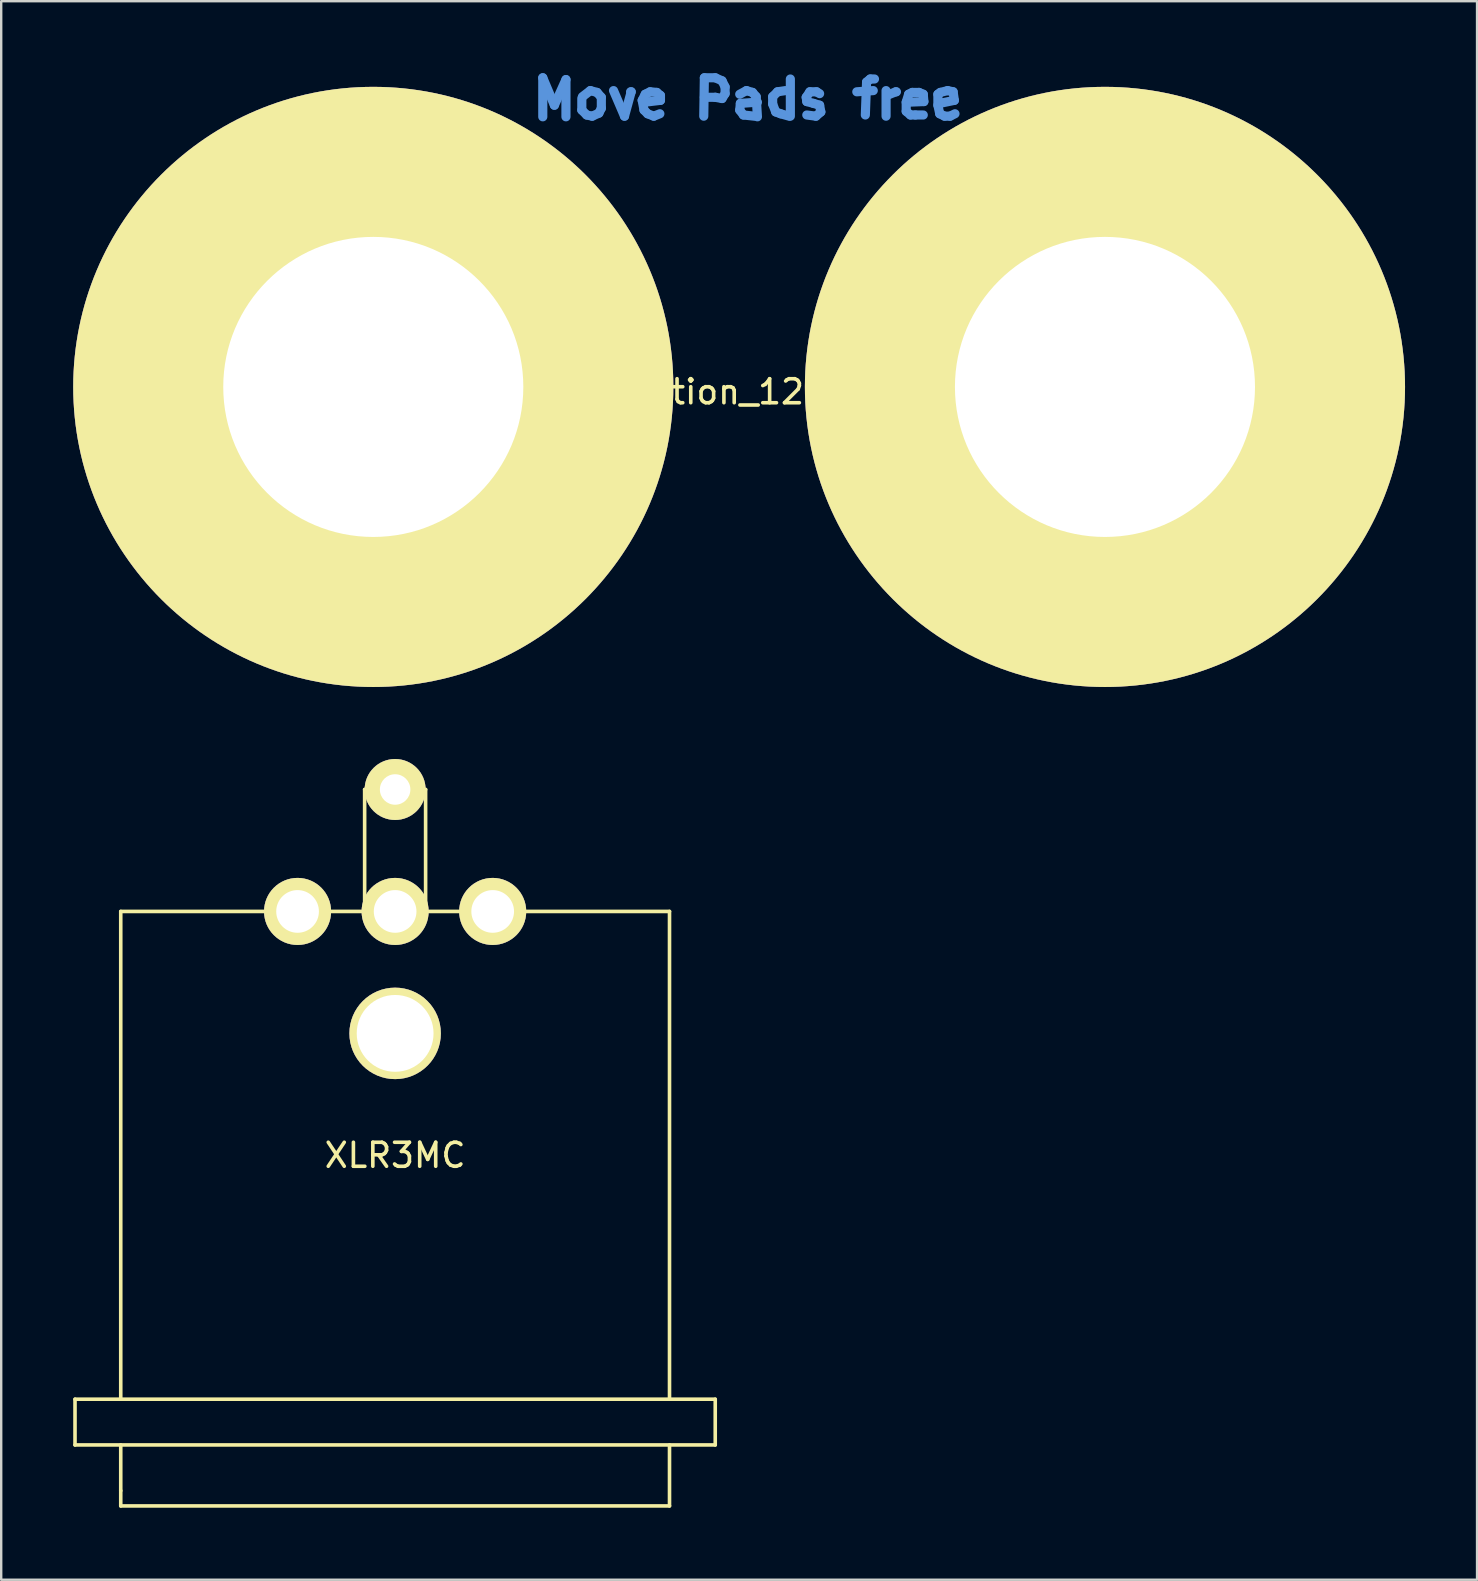
<source format=kicad_pcb>
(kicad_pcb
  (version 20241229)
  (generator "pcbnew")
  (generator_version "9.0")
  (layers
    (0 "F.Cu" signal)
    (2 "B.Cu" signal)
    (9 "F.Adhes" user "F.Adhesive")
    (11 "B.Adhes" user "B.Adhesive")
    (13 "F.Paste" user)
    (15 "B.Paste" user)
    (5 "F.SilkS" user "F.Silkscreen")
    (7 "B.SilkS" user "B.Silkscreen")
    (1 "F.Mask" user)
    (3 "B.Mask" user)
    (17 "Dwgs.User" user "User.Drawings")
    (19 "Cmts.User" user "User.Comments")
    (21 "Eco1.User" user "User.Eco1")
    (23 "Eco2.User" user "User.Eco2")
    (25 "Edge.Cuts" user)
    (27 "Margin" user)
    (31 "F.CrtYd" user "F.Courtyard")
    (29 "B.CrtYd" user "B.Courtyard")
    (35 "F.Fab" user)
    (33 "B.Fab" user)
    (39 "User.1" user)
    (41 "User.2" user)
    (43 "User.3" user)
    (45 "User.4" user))
  (footprint "XLR3MC"
    (layer "F.Cu")
    (at 13.41 34.918)
    (property "Reference" "XLR3MC" (at 0 10.16 0) (layer "F.SilkS") (effects (font (size 1 1) (thickness 0.15))))
    (attr through_hole)
    (fp_line (start -13.335 20.32) (end -13.335 22.225) (stroke (width 0.15) (type solid)) (layer "F.SilkS"))
    (fp_line (start -13.335 22.225) (end 13.335 22.225) (stroke (width 0.15) (type solid)) (layer "F.SilkS"))
    (fp_line (start -11.43 0) (end -11.43 20.32) (stroke (width 0.15) (type solid)) (layer "F.SilkS"))
    (fp_line (start -11.43 0) (end 11.43 0) (stroke (width 0.15) (type solid)) (layer "F.SilkS"))
    (fp_line (start -11.43 22.225) (end -11.43 24.13) (stroke (width 0.15) (type solid)) (layer "F.SilkS"))
    (fp_line (start -11.43 24.13) (end -11.43 24.765) (stroke (width 0.15) (type solid)) (layer "F.SilkS"))
    (fp_line (start -11.43 24.765) (end 11.43 24.765) (stroke (width 0.15) (type solid)) (layer "F.SilkS"))
    (fp_line (start -1.27 -5.08) (end 1.27 -5.08) (stroke (width 0.15) (type solid)) (layer "F.SilkS"))
    (fp_line (start -1.27 0) (end -1.27 -5.08) (stroke (width 0.15) (type solid)) (layer "F.SilkS"))
    (fp_line (start 1.27 -5.08) (end 1.27 0) (stroke (width 0.15) (type solid)) (layer "F.SilkS"))
    (fp_line (start 11.43 0) (end 11.43 20.32) (stroke (width 0.15) (type solid)) (layer "F.SilkS"))
    (fp_line (start 11.43 24.765) (end 11.43 22.225) (stroke (width 0.15) (type solid)) (layer "F.SilkS"))
    (fp_line (start 13.335 20.32) (end -13.335 20.32) (stroke (width 0.15) (type solid)) (layer "F.SilkS"))
    (fp_line (start 13.335 22.225) (end 13.335 20.32) (stroke (width 0.15) (type solid)) (layer "F.SilkS"))
    (pad "" thru_hole circle (at 0 5.08) (size 3.81 3.81) (drill 3.2) (layers "*.Cu" "*.Mask" "F.SilkS"))
    (pad "1" thru_hole circle (at -4.064 0) (size 2.794 2.794) (drill 1.778) (layers "*.Cu" "*.Mask" "F.SilkS"))
    (pad "2" thru_hole circle (at 4.064 0) (size 2.794 2.794) (drill 1.778) (layers "*.Cu" "*.Mask" "F.SilkS"))
    (pad "3" thru_hole circle (at 0 0) (size 2.794 2.794) (drill 1.778) (layers "*.Cu" "*.Mask" "F.SilkS"))
    (pad "4" thru_hole circle (at 0 -5.08) (size 2.54 2.54) (drill 1.27) (layers "*.Cu" "*.Mask" "F.SilkS")))
  (footprint "WireConnection_12.50mmDrill"
    (layer "F.Cu")
    (at 12.5 13.068)
    (property "Reference" "WireConnection_12.50mmDrill" (at 15.011 0.203 0) (layer "F.SilkS") (effects (font (size 1 1) (thickness 0.15))))
    (attr through_hole)
    (fp_line (start 7.061 -12.878) (end 7.544 -11.735) (stroke (width 0.381) (type solid)) (layer "Cmts.User"))
    (fp_line (start 7.061 -11.252) (end 7.061 -12.878) (stroke (width 0.381) (type solid)) (layer "Cmts.User"))
    (fp_line (start 7.544 -11.735) (end 8.026 -12.802) (stroke (width 0.381) (type solid)) (layer "Cmts.User"))
    (fp_line (start 8.026 -12.802) (end 8.026 -11.252) (stroke (width 0.381) (type solid)) (layer "Cmts.User"))
    (fp_line (start 8.687 -12.014) (end 8.687 -11.532) (stroke (width 0.381) (type solid)) (layer "Cmts.User"))
    (fp_line (start 8.687 -11.532) (end 8.89 -11.328) (stroke (width 0.381) (type solid)) (layer "Cmts.User"))
    (fp_line (start 8.89 -11.328) (end 9.119 -11.278) (stroke (width 0.381) (type solid)) (layer "Cmts.User"))
    (fp_line (start 9.042 -12.344) (end 8.712 -12.09) (stroke (width 0.381) (type solid)) (layer "Cmts.User"))
    (fp_line (start 9.119 -11.278) (end 9.398 -11.405) (stroke (width 0.381) (type solid)) (layer "Cmts.User"))
    (fp_line (start 9.322 -12.268) (end 9.042 -12.344) (stroke (width 0.381) (type solid)) (layer "Cmts.User"))
    (fp_line (start 9.398 -11.405) (end 9.5 -11.608) (stroke (width 0.381) (type solid)) (layer "Cmts.User"))
    (fp_line (start 9.5 -12.065) (end 9.322 -12.268) (stroke (width 0.381) (type solid)) (layer "Cmts.User"))
    (fp_line (start 9.5 -11.608) (end 9.5 -12.065) (stroke (width 0.381) (type solid)) (layer "Cmts.User"))
    (fp_line (start 10.008 -12.344) (end 10.465 -11.278) (stroke (width 0.381) (type solid)) (layer "Cmts.User"))
    (fp_line (start 10.465 -11.278) (end 10.744 -12.294) (stroke (width 0.381) (type solid)) (layer "Cmts.User"))
    (fp_line (start 10.744 -12.294) (end 10.719 -12.294) (stroke (width 0.381) (type solid)) (layer "Cmts.User"))
    (fp_line (start 11.201 -11.938) (end 11.328 -12.192) (stroke (width 0.381) (type solid)) (layer "Cmts.User"))
    (fp_line (start 11.278 -11.532) (end 11.201 -11.938) (stroke (width 0.381) (type solid)) (layer "Cmts.User"))
    (fp_line (start 11.328 -12.192) (end 11.532 -12.294) (stroke (width 0.381) (type solid)) (layer "Cmts.User"))
    (fp_line (start 11.43 -11.379) (end 11.278 -11.532) (stroke (width 0.381) (type solid)) (layer "Cmts.User"))
    (fp_line (start 11.532 -12.294) (end 11.811 -12.268) (stroke (width 0.381) (type solid)) (layer "Cmts.User"))
    (fp_line (start 11.684 -11.278) (end 11.43 -11.379) (stroke (width 0.381) (type solid)) (layer "Cmts.User"))
    (fp_line (start 11.811 -12.268) (end 11.963 -12.141) (stroke (width 0.381) (type solid)) (layer "Cmts.User"))
    (fp_line (start 11.938 -11.379) (end 11.684 -11.278) (stroke (width 0.381) (type solid)) (layer "Cmts.User"))
    (fp_line (start 11.963 -12.141) (end 11.963 -11.938) (stroke (width 0.381) (type solid)) (layer "Cmts.User"))
    (fp_line (start 11.963 -11.938) (end 11.328 -11.862) (stroke (width 0.381) (type solid)) (layer "Cmts.User"))
    (fp_line (start 13.767 -11.278) (end 13.792 -12.878) (stroke (width 0.381) (type solid)) (layer "Cmts.User"))
    (fp_line (start 13.792 -12.878) (end 14.249 -12.878) (stroke (width 0.381) (type solid)) (layer "Cmts.User"))
    (fp_line (start 14.249 -12.878) (end 14.529 -12.751) (stroke (width 0.381) (type solid)) (layer "Cmts.User"))
    (fp_line (start 14.249 -12.065) (end 13.792 -12.065) (stroke (width 0.381) (type solid)) (layer "Cmts.User"))
    (fp_line (start 14.529 -12.751) (end 14.656 -12.497) (stroke (width 0.381) (type solid)) (layer "Cmts.User"))
    (fp_line (start 14.529 -12.014) (end 14.249 -12.065) (stroke (width 0.381) (type solid)) (layer "Cmts.User"))
    (fp_line (start 14.656 -12.497) (end 14.656 -12.217) (stroke (width 0.381) (type solid)) (layer "Cmts.User"))
    (fp_line (start 14.656 -12.217) (end 14.529 -12.014) (stroke (width 0.381) (type solid)) (layer "Cmts.User"))
    (fp_line (start 15.265 -12.192) (end 15.545 -12.344) (stroke (width 0.381) (type solid)) (layer "Cmts.User"))
    (fp_line (start 15.265 -11.532) (end 15.291 -11.811) (stroke (width 0.381) (type solid)) (layer "Cmts.User"))
    (fp_line (start 15.291 -11.811) (end 16.002 -11.862) (stroke (width 0.381) (type solid)) (layer "Cmts.User"))
    (fp_line (start 15.418 -11.328) (end 15.265 -11.532) (stroke (width 0.381) (type solid)) (layer "Cmts.User"))
    (fp_line (start 15.545 -12.344) (end 15.799 -12.268) (stroke (width 0.381) (type solid)) (layer "Cmts.User"))
    (fp_line (start 15.799 -12.268) (end 15.951 -12.09) (stroke (width 0.381) (type solid)) (layer "Cmts.User"))
    (fp_line (start 15.875 -11.278) (end 15.418 -11.328) (stroke (width 0.381) (type solid)) (layer "Cmts.User"))
    (fp_line (start 15.951 -12.09) (end 16.002 -11.252) (stroke (width 0.381) (type solid)) (layer "Cmts.User"))
    (fp_line (start 16.637 -12.09) (end 16.84 -12.294) (stroke (width 0.381) (type solid)) (layer "Cmts.User"))
    (fp_line (start 16.637 -11.786) (end 16.637 -12.09) (stroke (width 0.381) (type solid)) (layer "Cmts.User"))
    (fp_line (start 16.764 -11.455) (end 16.637 -11.786) (stroke (width 0.381) (type solid)) (layer "Cmts.User"))
    (fp_line (start 16.84 -12.294) (end 17.17 -12.344) (stroke (width 0.381) (type solid)) (layer "Cmts.User"))
    (fp_line (start 16.967 -11.379) (end 16.764 -11.455) (stroke (width 0.381) (type solid)) (layer "Cmts.User"))
    (fp_line (start 17.323 -11.278) (end 16.967 -11.379) (stroke (width 0.381) (type solid)) (layer "Cmts.User"))
    (fp_line (start 17.374 -12.827) (end 17.374 -11.278) (stroke (width 0.381) (type solid)) (layer "Cmts.User"))
    (fp_line (start 18.034 -12.065) (end 18.059 -11.887) (stroke (width 0.381) (type solid)) (layer "Cmts.User"))
    (fp_line (start 18.059 -11.887) (end 18.339 -11.811) (stroke (width 0.381) (type solid)) (layer "Cmts.User"))
    (fp_line (start 18.186 -12.294) (end 18.034 -12.065) (stroke (width 0.381) (type solid)) (layer "Cmts.User"))
    (fp_line (start 18.339 -11.811) (end 18.593 -11.735) (stroke (width 0.381) (type solid)) (layer "Cmts.User"))
    (fp_line (start 18.44 -11.278) (end 18.059 -11.328) (stroke (width 0.381) (type solid)) (layer "Cmts.User"))
    (fp_line (start 18.466 -12.294) (end 18.186 -12.294) (stroke (width 0.381) (type solid)) (layer "Cmts.User"))
    (fp_line (start 18.593 -12.217) (end 18.466 -12.294) (stroke (width 0.381) (type solid)) (layer "Cmts.User"))
    (fp_line (start 18.593 -11.735) (end 18.644 -11.455) (stroke (width 0.381) (type solid)) (layer "Cmts.User"))
    (fp_line (start 18.644 -11.455) (end 18.44 -11.278) (stroke (width 0.381) (type solid)) (layer "Cmts.User"))
    (fp_line (start 20.142 -12.294) (end 20.828 -12.344) (stroke (width 0.381) (type solid)) (layer "Cmts.User"))
    (fp_line (start 20.549 -12.7) (end 20.498 -11.328) (stroke (width 0.381) (type solid)) (layer "Cmts.User"))
    (fp_line (start 20.701 -12.827) (end 20.549 -12.7) (stroke (width 0.381) (type solid)) (layer "Cmts.User"))
    (fp_line (start 20.879 -12.827) (end 20.701 -12.827) (stroke (width 0.381) (type solid)) (layer "Cmts.User"))
    (fp_line (start 21.361 -12.344) (end 21.361 -11.278) (stroke (width 0.381) (type solid)) (layer "Cmts.User"))
    (fp_line (start 21.387 -12.141) (end 21.768 -12.294) (stroke (width 0.381) (type solid)) (layer "Cmts.User"))
    (fp_line (start 21.768 -12.294) (end 21.793 -12.294) (stroke (width 0.381) (type solid)) (layer "Cmts.User"))
    (fp_line (start 22.2 -11.862) (end 22.301 -12.192) (stroke (width 0.381) (type solid)) (layer "Cmts.User"))
    (fp_line (start 22.2 -11.481) (end 22.2 -11.862) (stroke (width 0.381) (type solid)) (layer "Cmts.User"))
    (fp_line (start 22.301 -12.192) (end 22.454 -12.268) (stroke (width 0.381) (type solid)) (layer "Cmts.User"))
    (fp_line (start 22.377 -11.328) (end 22.2 -11.481) (stroke (width 0.381) (type solid)) (layer "Cmts.User"))
    (fp_line (start 22.454 -12.268) (end 22.733 -12.268) (stroke (width 0.381) (type solid)) (layer "Cmts.User"))
    (fp_line (start 22.581 -11.328) (end 22.377 -11.328) (stroke (width 0.381) (type solid)) (layer "Cmts.User"))
    (fp_line (start 22.733 -12.268) (end 22.911 -12.192) (stroke (width 0.381) (type solid)) (layer "Cmts.User"))
    (fp_line (start 22.911 -12.192) (end 22.936 -11.887) (stroke (width 0.381) (type solid)) (layer "Cmts.User"))
    (fp_line (start 22.911 -11.328) (end 22.581 -11.328) (stroke (width 0.381) (type solid)) (layer "Cmts.User"))
    (fp_line (start 22.936 -11.887) (end 22.301 -11.862) (stroke (width 0.381) (type solid)) (layer "Cmts.User"))
    (fp_line (start 23.52 -12.192) (end 23.622 -12.268) (stroke (width 0.381) (type solid)) (layer "Cmts.User"))
    (fp_line (start 23.52 -11.735) (end 23.52 -12.192) (stroke (width 0.381) (type solid)) (layer "Cmts.User"))
    (fp_line (start 23.597 -11.811) (end 23.597 -11.862) (stroke (width 0.381) (type solid)) (layer "Cmts.User"))
    (fp_line (start 23.597 -11.379) (end 23.52 -11.735) (stroke (width 0.381) (type solid)) (layer "Cmts.User"))
    (fp_line (start 23.622 -12.268) (end 23.927 -12.344) (stroke (width 0.381) (type solid)) (layer "Cmts.User"))
    (fp_line (start 23.8 -11.278) (end 23.597 -11.379) (stroke (width 0.381) (type solid)) (layer "Cmts.User"))
    (fp_line (start 23.927 -12.344) (end 24.155 -12.294) (stroke (width 0.381) (type solid)) (layer "Cmts.User"))
    (fp_line (start 24.028 -11.278) (end 23.8 -11.278) (stroke (width 0.381) (type solid)) (layer "Cmts.User"))
    (fp_line (start 24.155 -12.294) (end 24.206 -11.938) (stroke (width 0.381) (type solid)) (layer "Cmts.User"))
    (fp_line (start 24.206 -11.938) (end 23.597 -11.811) (stroke (width 0.381) (type solid)) (layer "Cmts.User"))
    (fp_line (start 24.232 -11.379) (end 24.028 -11.278) (stroke (width 0.381) (type solid)) (layer "Cmts.User"))
    (pad "1" thru_hole circle (at 0 0) (size 25 25) (drill 12.5) (layers "*.Cu" "*.Mask" "F.SilkS"))
    (pad "2" thru_hole circle (at 30.48 0) (size 25 25) (drill 12.5) (layers "*.Cu" "*.Mask" "F.SilkS")))
  (gr_rect
    (start -3 -3)
    (end 58.48 62.758)
    (stroke (width 0.1) (type default))
    (fill no)
    (layer "Edge.Cuts")))
</source>
